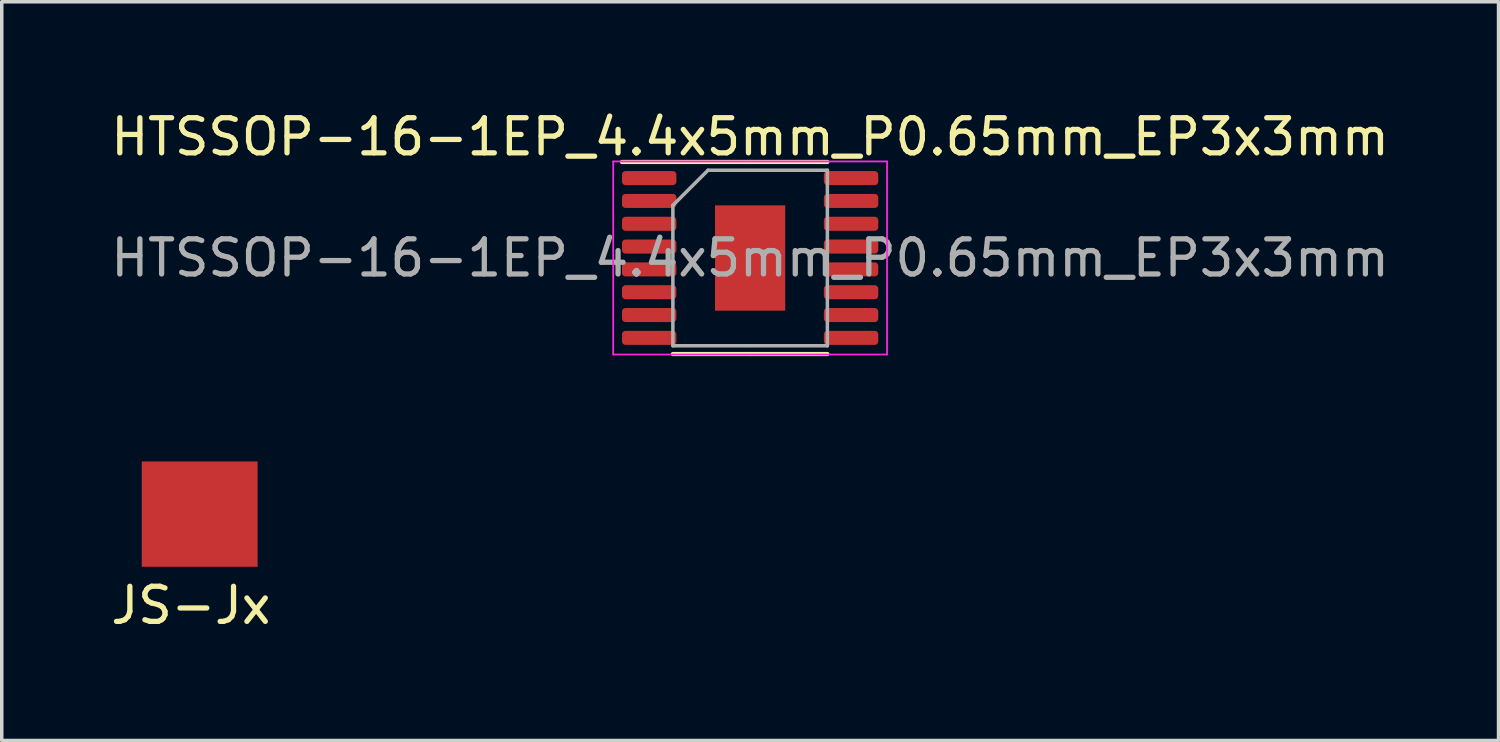
<source format=kicad_pcb>
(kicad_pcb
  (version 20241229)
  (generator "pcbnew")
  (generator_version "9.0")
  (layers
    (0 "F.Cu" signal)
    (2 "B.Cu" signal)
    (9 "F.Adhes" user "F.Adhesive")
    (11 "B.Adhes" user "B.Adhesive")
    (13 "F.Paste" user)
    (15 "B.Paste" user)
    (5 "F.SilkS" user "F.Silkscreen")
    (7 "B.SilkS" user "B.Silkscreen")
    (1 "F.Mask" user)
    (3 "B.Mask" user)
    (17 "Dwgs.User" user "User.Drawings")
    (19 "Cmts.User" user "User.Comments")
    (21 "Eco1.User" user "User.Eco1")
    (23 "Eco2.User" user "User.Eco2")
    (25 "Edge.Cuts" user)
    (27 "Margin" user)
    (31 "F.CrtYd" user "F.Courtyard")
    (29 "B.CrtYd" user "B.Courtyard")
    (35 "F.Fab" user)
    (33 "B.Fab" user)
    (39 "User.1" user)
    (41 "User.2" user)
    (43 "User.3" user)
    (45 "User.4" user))
  (footprint "HTSSOP-16-1EP_4.4x5mm_P0.65mm_EP3x3mm"
    (layer "F.Cu")
    (at 18.315 4.298)
    (property "Reference" "HTSSOP-16-1EP_4.4x5mm_P0.65mm_EP3x3mm" (at 0 -3.45 0) (layer "F.SilkS") (effects (font (size 1 1) (thickness 0.15))))
    (attr smd)
    (fp_line (start 0 -2.735) (end -3.65 -2.735) (stroke (width 0.12) (type solid)) (layer "F.SilkS"))
    (fp_line (start 0 -2.735) (end 2.2 -2.735) (stroke (width 0.12) (type solid)) (layer "F.SilkS"))
    (fp_line (start 0 2.735) (end -2.2 2.735) (stroke (width 0.12) (type solid)) (layer "F.SilkS"))
    (fp_line (start 0 2.735) (end 2.2 2.735) (stroke (width 0.12) (type solid)) (layer "F.SilkS"))
    (fp_line (start -3.9 -2.75) (end -3.9 2.75) (stroke (width 0.05) (type solid)) (layer "F.CrtYd"))
    (fp_line (start -3.9 2.75) (end 3.9 2.75) (stroke (width 0.05) (type solid)) (layer "F.CrtYd"))
    (fp_line (start 3.9 -2.75) (end -3.9 -2.75) (stroke (width 0.05) (type solid)) (layer "F.CrtYd"))
    (fp_line (start 3.9 2.75) (end 3.9 -2.75) (stroke (width 0.05) (type solid)) (layer "F.CrtYd"))
    (fp_line (start -2.2 -1.5) (end -1.2 -2.5) (stroke (width 0.1) (type solid)) (layer "F.Fab"))
    (fp_line (start -2.2 2.5) (end -2.2 -1.5) (stroke (width 0.1) (type solid)) (layer "F.Fab"))
    (fp_line (start -1.2 -2.5) (end 2.2 -2.5) (stroke (width 0.1) (type solid)) (layer "F.Fab"))
    (fp_line (start 2.2 -2.5) (end 2.2 2.5) (stroke (width 0.1) (type solid)) (layer "F.Fab"))
    (fp_line (start 2.2 2.5) (end -2.2 2.5) (stroke (width 0.1) (type solid)) (layer "F.Fab"))
    (fp_text user "${REFERENCE}" (at 0 0 0) (layer "F.Fab") (effects (font (size 1 1) (thickness 0.15))))
    (pad "1" smd roundrect (at -2.875 -2.275) (size 1.55 0.4) (layers "F.Cu" "F.Mask" "F.Paste") (roundrect_rratio 0.25))
    (pad "2" smd roundrect (at -2.875 -1.625) (size 1.55 0.4) (layers "F.Cu" "F.Mask" "F.Paste") (roundrect_rratio 0.25))
    (pad "3" smd roundrect (at -2.875 -0.975) (size 1.55 0.4) (layers "F.Cu" "F.Mask" "F.Paste") (roundrect_rratio 0.25))
    (pad "4" smd roundrect (at -2.875 -0.325) (size 1.55 0.4) (layers "F.Cu" "F.Mask" "F.Paste") (roundrect_rratio 0.25))
    (pad "5" smd roundrect (at -2.875 0.325) (size 1.55 0.4) (layers "F.Cu" "F.Mask" "F.Paste") (roundrect_rratio 0.25))
    (pad "6" smd roundrect (at -2.875 0.975) (size 1.55 0.4) (layers "F.Cu" "F.Mask" "F.Paste") (roundrect_rratio 0.25))
    (pad "7" smd roundrect (at -2.875 1.625) (size 1.55 0.4) (layers "F.Cu" "F.Mask" "F.Paste") (roundrect_rratio 0.25))
    (pad "8" smd roundrect (at -2.875 2.275) (size 1.55 0.4) (layers "F.Cu" "F.Mask" "F.Paste") (roundrect_rratio 0.25))
    (pad "9" smd roundrect (at 2.875 2.275) (size 1.55 0.4) (layers "F.Cu" "F.Mask" "F.Paste") (roundrect_rratio 0.25))
    (pad "10" smd roundrect (at 2.875 1.625) (size 1.55 0.4) (layers "F.Cu" "F.Mask" "F.Paste") (roundrect_rratio 0.25))
    (pad "11" smd roundrect (at 2.875 0.975) (size 1.55 0.4) (layers "F.Cu" "F.Mask" "F.Paste") (roundrect_rratio 0.25))
    (pad "12" smd roundrect (at 2.875 0.325) (size 1.55 0.4) (layers "F.Cu" "F.Mask" "F.Paste") (roundrect_rratio 0.25))
    (pad "13" smd roundrect (at 2.875 -0.325) (size 1.55 0.4) (layers "F.Cu" "F.Mask" "F.Paste") (roundrect_rratio 0.25))
    (pad "14" smd roundrect (at 2.875 -0.975) (size 1.55 0.4) (layers "F.Cu" "F.Mask" "F.Paste") (roundrect_rratio 0.25))
    (pad "15" smd roundrect (at 2.875 -1.625) (size 1.55 0.4) (layers "F.Cu" "F.Mask" "F.Paste") (roundrect_rratio 0.25))
    (pad "16" smd roundrect (at 2.875 -2.275) (size 1.55 0.4) (layers "F.Cu" "F.Mask" "F.Paste") (roundrect_rratio 0.25))
    (pad "17" smd rect (at 0 0) (size 2 3) (layers "F.Cu" "F.Mask")))
  (footprint "JS-Jx"
    (layer "F.Cu")
    (at 2.387 11.593)
    (property "Reference" "JS-Jx" (at 0 2.6 0) (layer "F.SilkS") (effects (font (size 1 1) (thickness 0.15))))
    (attr smd)
    (pad "1" smd rect (at 0.25 0) (size 3.3 3) (layers "F.Cu" "F.Mask" "F.Paste")))
  (gr_rect
    (start -3 -3)
    (end 39.631 18.041)
    (stroke (width 0.1) (type default))
    (fill no)
    (layer "Edge.Cuts")))
</source>
